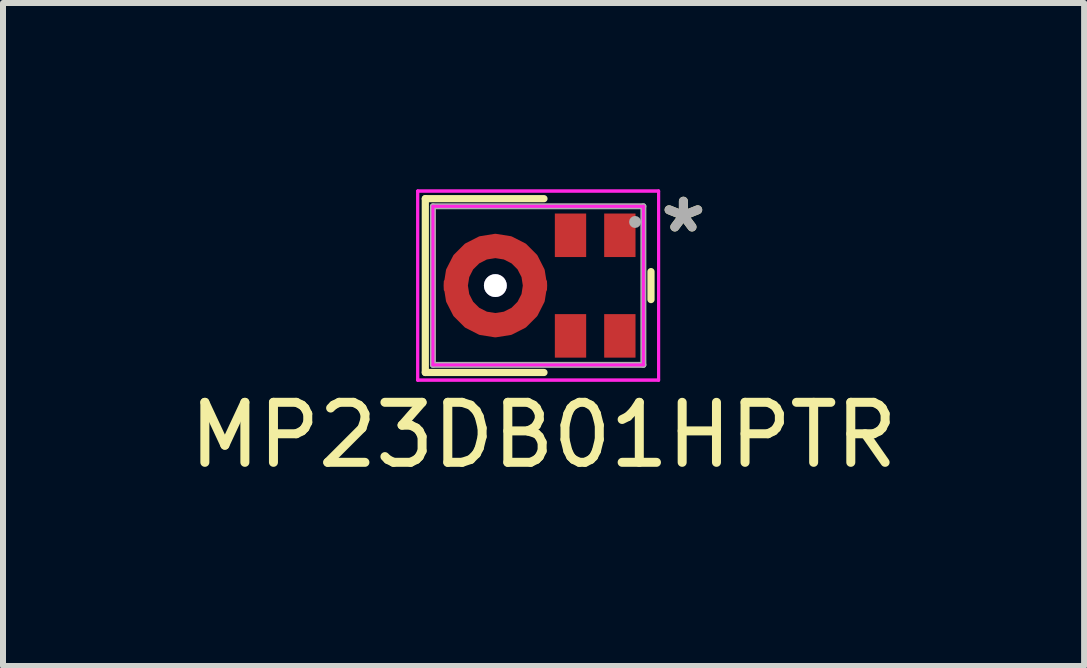
<source format=kicad_pcb>
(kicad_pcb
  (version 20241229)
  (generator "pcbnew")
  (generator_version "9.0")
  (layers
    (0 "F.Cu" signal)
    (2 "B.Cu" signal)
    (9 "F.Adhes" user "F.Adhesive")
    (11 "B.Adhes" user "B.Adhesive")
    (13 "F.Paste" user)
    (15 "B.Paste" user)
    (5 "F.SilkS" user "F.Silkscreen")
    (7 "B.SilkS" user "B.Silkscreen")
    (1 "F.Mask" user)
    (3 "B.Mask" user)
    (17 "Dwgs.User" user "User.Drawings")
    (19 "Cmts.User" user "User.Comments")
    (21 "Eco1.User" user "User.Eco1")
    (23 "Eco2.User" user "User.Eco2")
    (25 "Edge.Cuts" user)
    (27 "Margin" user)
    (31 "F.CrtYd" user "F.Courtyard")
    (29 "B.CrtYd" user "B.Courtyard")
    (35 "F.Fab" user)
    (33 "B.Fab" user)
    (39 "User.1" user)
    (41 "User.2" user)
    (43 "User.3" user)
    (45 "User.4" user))
  (footprint "MP23DB01HPTR"
    (layer "F.Cu")
    (at 5.916 1.708)
    (property "Reference" "MP23DB01HPTR" (at 0.09 2.49 0) (layer "F.SilkS") (effects (font (size 1 1) (thickness 0.15))))
    (attr through_hole)
    (fp_poly (pts (xy 0.097 -0.071) (xy 0.1 0) (xy 0.06 0.251) (xy -0.055 0.478) (xy -0.235 0.658) (xy -0.461 0.773) (xy -0.713 0.813) (xy -0.964 0.773) (xy -1.19 0.658) (xy -1.37 0.478) (xy -1.486 0.251) (xy -1.525 0) (xy -1.522 -0.071) (xy -1.219 -0.044) (xy -1.221 0) (xy -1.196 0.157) (xy -1.124 0.299) (xy -1.011 0.411) (xy -0.87 0.483) (xy -0.713 0.508) (xy -0.556 0.483) (xy -0.414 0.411) (xy -0.302 0.299) (xy -0.229 0.157) (xy -0.205 0) (xy -0.207 -0.044)) (stroke (width 0.1) (type solid)) (fill yes) (layer "F.Mask"))
    (fp_poly (pts (xy 0.097 0.071) (xy 0.1 0) (xy 0.06 -0.251) (xy -0.055 -0.478) (xy -0.235 -0.658) (xy -0.461 -0.773) (xy -0.713 -0.813) (xy -0.964 -0.773) (xy -1.19 -0.658) (xy -1.37 -0.478) (xy -1.486 -0.251) (xy -1.525 0) (xy -1.522 0.071) (xy -1.219 0.044) (xy -1.221 0) (xy -1.196 -0.157) (xy -1.124 -0.299) (xy -1.011 -0.411) (xy -0.87 -0.483) (xy -0.713 -0.508) (xy -0.556 -0.483) (xy -0.414 -0.411) (xy -0.302 -0.299) (xy -0.229 -0.157) (xy -0.205 0) (xy -0.207 0.044)) (stroke (width 0.1) (type solid)) (fill yes) (layer "F.Mask"))
    (fp_line (start -1.88 -1.448) (end -1.88 1.448) (stroke (width 0.12) (type solid)) (layer "F.SilkS"))
    (fp_line (start -1.88 1.448) (end 0.097 1.448) (stroke (width 0.12) (type solid)) (layer "F.SilkS"))
    (fp_line (start 0.097 -1.448) (end -1.88 -1.448) (stroke (width 0.12) (type solid)) (layer "F.SilkS"))
    (fp_line (start 1.88 0.233) (end 1.88 -0.233) (stroke (width 0.12) (type solid)) (layer "F.SilkS"))
    (fp_poly (pts (xy 0.097 -0.071) (xy 0.1 0) (xy 0.06 0.251) (xy -0.055 0.478) (xy -0.235 0.658) (xy -0.461 0.773) (xy -0.713 0.813) (xy -0.964 0.773) (xy -1.19 0.658) (xy -1.37 0.478) (xy -1.486 0.251) (xy -1.525 0) (xy -1.522 -0.071) (xy -1.219 -0.044) (xy -1.221 0) (xy -1.196 0.157) (xy -1.124 0.299) (xy -1.011 0.411) (xy -0.87 0.483) (xy -0.713 0.508) (xy -0.556 0.483) (xy -0.414 0.411) (xy -0.302 0.299) (xy -0.229 0.157) (xy -0.205 0) (xy -0.207 -0.044)) (stroke (width 0.1) (type solid)) (fill yes) (layer "F.Paste"))
    (fp_poly (pts (xy 0.097 0.071) (xy 0.1 0) (xy 0.06 -0.251) (xy -0.055 -0.478) (xy -0.235 -0.658) (xy -0.461 -0.773) (xy -0.713 -0.813) (xy -0.964 -0.773) (xy -1.19 -0.658) (xy -1.37 -0.478) (xy -1.486 -0.251) (xy -1.525 0) (xy -1.522 0.071) (xy -1.219 0.044) (xy -1.221 0) (xy -1.196 -0.157) (xy -1.124 -0.299) (xy -1.011 -0.411) (xy -0.87 -0.483) (xy -0.713 -0.508) (xy -0.556 -0.483) (xy -0.414 -0.411) (xy -0.302 -0.299) (xy -0.229 -0.157) (xy -0.205 0) (xy -0.207 0.044)) (stroke (width 0.1) (type solid)) (fill yes) (layer "F.Paste"))
    (fp_line (start -2.007 -1.575) (end 2.007 -1.575) (stroke (width 0.05) (type solid)) (layer "F.CrtYd"))
    (fp_line (start -2.007 -1.575) (end 2.007 -1.575) (stroke (width 0.05) (type solid)) (layer "F.CrtYd"))
    (fp_line (start -2.007 1.575) (end -2.007 -1.575) (stroke (width 0.05) (type solid)) (layer "F.CrtYd"))
    (fp_line (start -2.007 1.575) (end -2.007 -1.575) (stroke (width 0.05) (type solid)) (layer "F.CrtYd"))
    (fp_line (start -1.753 -1.321) (end 1.753 -1.321) (stroke (width 0.05) (type solid)) (layer "F.CrtYd"))
    (fp_line (start -1.753 1.321) (end -1.753 -1.321) (stroke (width 0.05) (type solid)) (layer "F.CrtYd"))
    (fp_line (start 1.753 -1.321) (end 1.753 1.321) (stroke (width 0.05) (type solid)) (layer "F.CrtYd"))
    (fp_line (start 1.753 1.321) (end -1.753 1.321) (stroke (width 0.05) (type solid)) (layer "F.CrtYd"))
    (fp_line (start 2.007 -1.575) (end 2.007 1.575) (stroke (width 0.05) (type solid)) (layer "F.CrtYd"))
    (fp_line (start 2.007 -1.575) (end 2.007 1.575) (stroke (width 0.05) (type solid)) (layer "F.CrtYd"))
    (fp_line (start 2.007 1.575) (end -2.007 1.575) (stroke (width 0.05) (type solid)) (layer "F.CrtYd"))
    (fp_line (start 2.007 1.575) (end -2.007 1.575) (stroke (width 0.05) (type solid)) (layer "F.CrtYd"))
    (fp_line (start -1.753 -1.321) (end -1.753 1.321) (stroke (width 0.1) (type solid)) (layer "F.Fab"))
    (fp_line (start -1.753 1.321) (end 1.753 1.321) (stroke (width 0.1) (type solid)) (layer "F.Fab"))
    (fp_line (start 1.753 -1.321) (end -1.753 -1.321) (stroke (width 0.1) (type solid)) (layer "F.Fab"))
    (fp_line (start 1.753 1.321) (end 1.753 -1.321) (stroke (width 0.1) (type solid)) (layer "F.Fab"))
    (fp_circle (center 1.615 -1.06) (end 1.615 -1.06) (stroke (width 0.1) (type solid)) (fill no) (layer "F.Fab"))
    (fp_text user "*" (at 2.42 -0.86 0) (layer "F.SilkS") (effects (font (size 1 1) (thickness 0.15))))
    (fp_text user "*" (at 2.42 -0.86 0) (layer "F.Fab") (effects (font (size 1 1) (thickness 0.15))))
    (pad "1" smd rect (at 1.361 -0.838 90) (size 0.725 0.522) (layers "F.Cu" "F.Mask" "F.Paste"))
    (pad "2" smd rect (at 0.539 -0.838 90) (size 0.725 0.522) (layers "F.Cu" "F.Mask" "F.Paste"))
    (pad "3" smd custom (at -1.373 0) (size 0.051 0.051) (layers "F.Cu" "F.Mask" "F.Paste") (options (anchor rect)) (primitives (gr_poly (pts (xy 1.47 -0.071) (xy 1.473 0) (xy 1.433 0.251) (xy 1.318 0.478) (xy 1.138 0.658) (xy 0.912 0.773) (xy 0.66 0.813) (xy 0.409 0.773) (xy 0.183 0.658) (xy 0.003 0.478) (xy -0.113 0.251) (xy -0.152 0) (xy -0.149 -0.071) (xy 0.154 -0.044) (xy 0.152 0) (xy 0.177 0.157) (xy 0.249 0.299) (xy 0.362 0.411) (xy 0.503 0.483) (xy 0.66 0.508) (xy 0.817 0.483) (xy 0.959 0.411) (xy 1.071 0.299) (xy 1.144 0.157) (xy 1.168 0) (xy 1.166 -0.044)) (width 0.1) (fill yes)) (gr_poly (pts (xy 1.47 0.071) (xy 1.473 0) (xy 1.433 -0.251) (xy 1.318 -0.478) (xy 1.138 -0.658) (xy 0.912 -0.773) (xy 0.66 -0.813) (xy 0.409 -0.773) (xy 0.183 -0.658) (xy 0.003 -0.478) (xy -0.113 -0.251) (xy -0.152 0) (xy -0.149 0.071) (xy 0.154 0.044) (xy 0.152 0) (xy 0.177 -0.157) (xy 0.249 -0.299) (xy 0.362 -0.411) (xy 0.503 -0.483) (xy 0.66 -0.508) (xy 0.817 -0.483) (xy 0.959 -0.411) (xy 1.071 -0.299) (xy 1.144 -0.157) (xy 1.168 0) (xy 1.166 0.044)) (width 0.1) (fill yes))))
    (pad "4" smd rect (at 0.539 0.838 90) (size 0.725 0.522) (layers "F.Cu" "F.Mask" "F.Paste"))
    (pad "5" smd rect (at 1.361 0.838 90) (size 0.725 0.522) (layers "F.Cu" "F.Mask" "F.Paste"))
    (pad "6" thru_hole circle (at -0.713 0) (size 0.381 0.381) (drill 0.381) (layers "*.Cu" "*.Mask")))
  (gr_rect
    (start -3 -3)
    (end 15.012 8.046)
    (stroke (width 0.1) (type default))
    (fill no)
    (layer "Edge.Cuts")))
</source>
